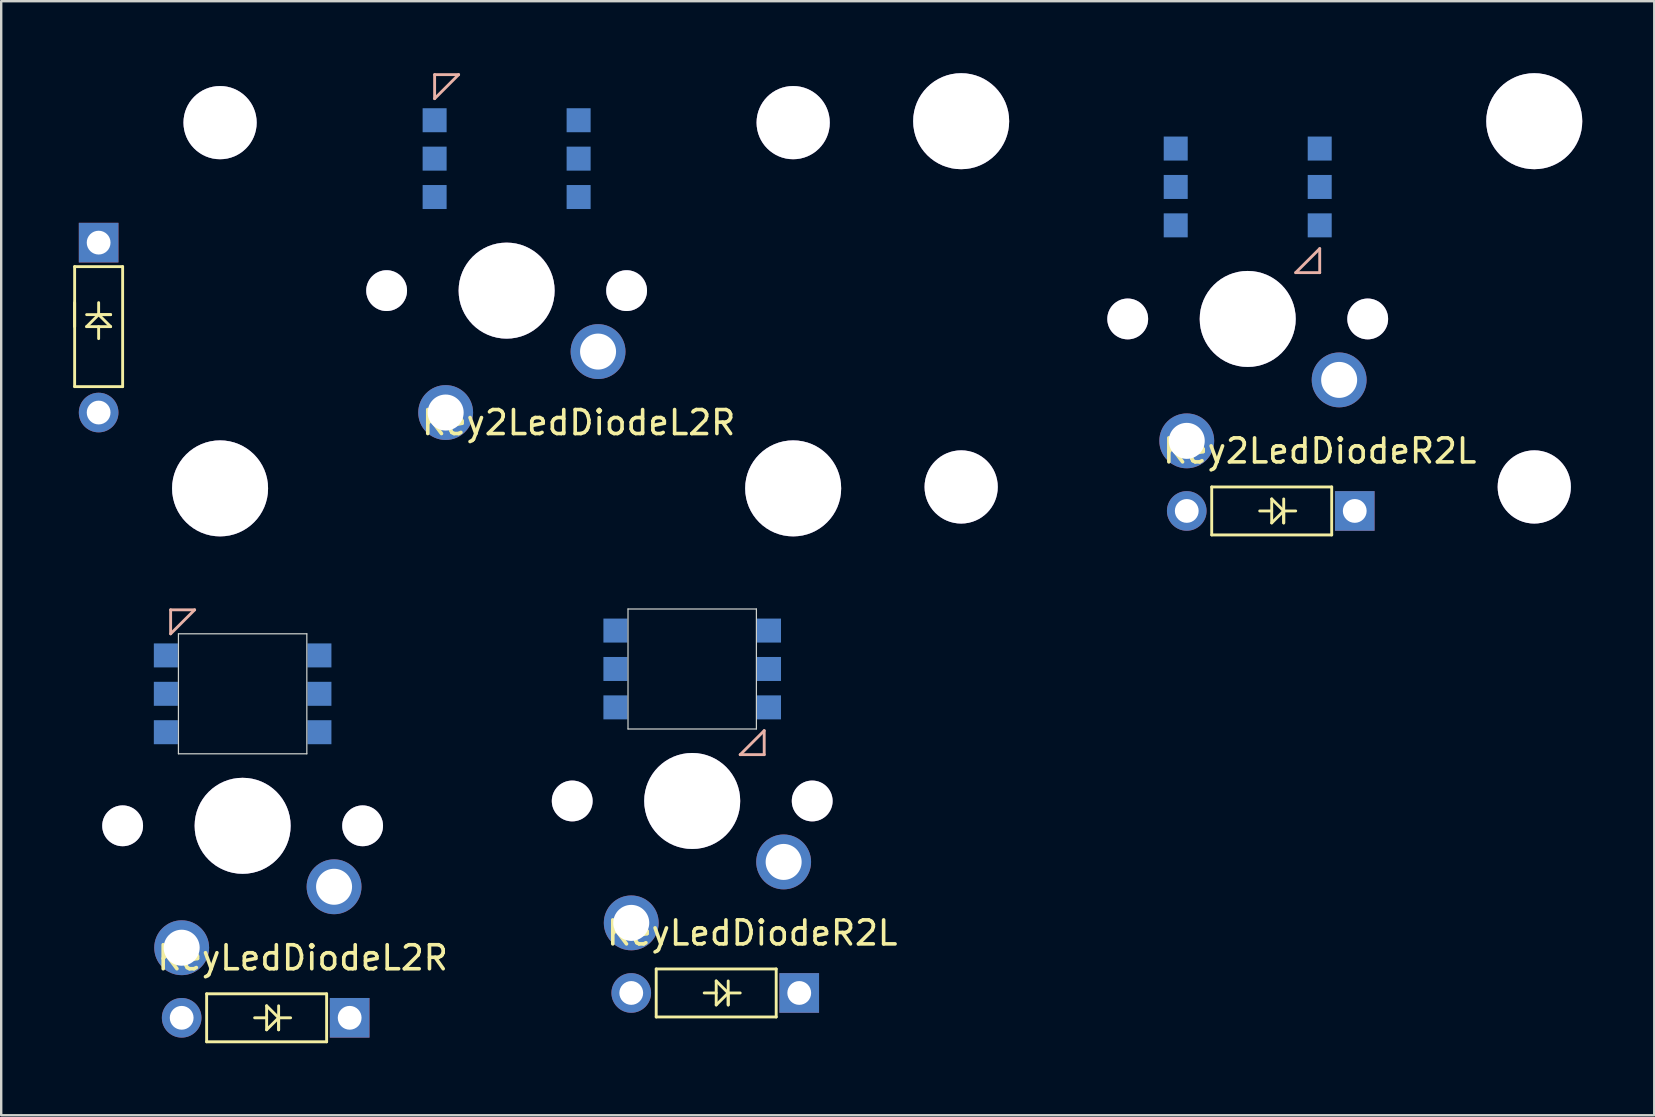
<source format=kicad_pcb>
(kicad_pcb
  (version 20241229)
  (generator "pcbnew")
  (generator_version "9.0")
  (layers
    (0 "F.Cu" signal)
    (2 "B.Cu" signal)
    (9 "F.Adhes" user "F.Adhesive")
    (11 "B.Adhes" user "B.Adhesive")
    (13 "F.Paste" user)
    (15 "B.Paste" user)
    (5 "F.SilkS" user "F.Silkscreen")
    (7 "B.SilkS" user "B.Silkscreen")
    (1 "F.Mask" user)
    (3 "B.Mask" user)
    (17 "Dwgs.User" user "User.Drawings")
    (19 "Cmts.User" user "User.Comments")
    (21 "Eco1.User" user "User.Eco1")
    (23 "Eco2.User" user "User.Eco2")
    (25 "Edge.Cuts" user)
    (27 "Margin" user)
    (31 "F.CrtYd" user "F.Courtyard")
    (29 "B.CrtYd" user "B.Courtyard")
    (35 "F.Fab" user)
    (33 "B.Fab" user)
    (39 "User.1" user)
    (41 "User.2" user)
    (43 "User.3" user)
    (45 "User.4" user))
  (footprint "KeyLedDiodeR2L"
    (layer "F.Cu")
    (at 25.793 30.325)
    (property "Reference" "KeyLedDiodeR2L" (at 2.5 5.5 0) (layer "F.SilkS") (effects (font (size 1 1) (thickness 0.15))))
    (attr through_hole)
    (fp_line (start -1.5 7) (end -1.5 9) (stroke (width 0.12) (type solid)) (layer "F.SilkS"))
    (fp_line (start -1.5 9) (end 3.5 9) (stroke (width 0.12) (type solid)) (layer "F.SilkS"))
    (fp_line (start 1 7.5) (end 1 8.5) (stroke (width 0.12) (type solid)) (layer "F.SilkS"))
    (fp_line (start 1 8) (end 0.5 8) (stroke (width 0.12) (type solid)) (layer "F.SilkS"))
    (fp_line (start 1 8.5) (end 1.5 8) (stroke (width 0.12) (type solid)) (layer "F.SilkS"))
    (fp_line (start 1.5 7.5) (end 1.5 8.5) (stroke (width 0.12) (type solid)) (layer "F.SilkS"))
    (fp_line (start 1.5 8) (end 1 7.5) (stroke (width 0.12) (type solid)) (layer "F.SilkS"))
    (fp_line (start 1.5 8) (end 2 8) (stroke (width 0.12) (type solid)) (layer "F.SilkS"))
    (fp_line (start 1.5 8.5) (end 1.5 8) (stroke (width 0.12) (type solid)) (layer "F.SilkS"))
    (fp_line (start 3.5 7) (end -1.5 7) (stroke (width 0.12) (type solid)) (layer "F.SilkS"))
    (fp_line (start 3.5 9) (end 3.5 7) (stroke (width 0.12) (type solid)) (layer "F.SilkS"))
    (fp_line (start 2 -1.93) (end 3 -1.93) (stroke (width 0.12) (type solid)) (layer "B.SilkS"))
    (fp_line (start 3 -2.93) (end 2 -1.93) (stroke (width 0.12) (type solid)) (layer "B.SilkS"))
    (fp_line (start 3 -1.93) (end 3 -2.93) (stroke (width 0.12) (type solid)) (layer "B.SilkS"))
    (fp_line (start -7 -7) (end 7 -7) (stroke (width 0.12) (type solid)) (layer "Eco1.User"))
    (fp_line (start -7 7) (end -7 -7) (stroke (width 0.12) (type solid)) (layer "Eco1.User"))
    (fp_line (start 7 -7) (end 7 7) (stroke (width 0.12) (type solid)) (layer "Eco1.User"))
    (fp_line (start 7 7) (end -7 7) (stroke (width 0.12) (type solid)) (layer "Eco1.User"))
    (fp_line (start -2.675 -8) (end 2.675 -8) (stroke (width 0.05) (type solid)) (layer "Edge.Cuts"))
    (fp_line (start -2.675 -3) (end -2.675 -8) (stroke (width 0.05) (type solid)) (layer "Edge.Cuts"))
    (fp_line (start 2.675 -8) (end 2.675 -3) (stroke (width 0.05) (type solid)) (layer "Edge.Cuts"))
    (fp_line (start 2.675 -3) (end -2.675 -3) (stroke (width 0.05) (type solid)) (layer "Edge.Cuts"))
    (pad "1" thru_hole circle (at 3.81 2.54) (size 2.286 2.286) (drill 1.5) (layers "*.Cu" "*.Mask"))
    (pad "2" thru_hole circle (at -2.54 5.08) (size 2.286 2.286) (drill 1.5) (layers "*.Cu" "*.Mask"))
    (pad "3" thru_hole circle (at -2.54 8) (size 1.651 1.651) (drill 0.991) (layers "*.Cu" "*.Mask"))
    (pad "4" thru_hole rect (at 4.46 8) (size 1.651 1.651) (drill 0.991) (layers "*.Cu" "*.Mask"))
    (pad "5" smd rect (at -3.2 -7.1) (size 1 1) (layers "B.Cu" "B.Mask" "B.Paste"))
    (pad "6" smd rect (at -3.2 -5.5) (size 1 1) (layers "B.Cu" "B.Mask" "B.Paste"))
    (pad "7" smd rect (at -3.2 -3.9) (size 1 1) (layers "B.Cu" "B.Mask" "B.Paste"))
    (pad "8" smd rect (at 3.2 -7.1) (size 1 1) (layers "B.Cu" "B.Mask" "B.Paste"))
    (pad "9" smd rect (at 3.2 -5.5) (size 1 1) (layers "B.Cu" "B.Mask" "B.Paste"))
    (pad "10" smd rect (at 3.2 -3.9) (size 1 1) (layers "B.Cu" "B.Mask" "B.Paste"))
    (pad "HOLE" thru_hole circle (at 0 0) (size 4 4) (drill 4) (layers "*.Cu" "*.Mask"))
    (pad "POST" thru_hole circle (at -5 0) (size 1.7 1.7) (drill 1.7) (layers "*.Cu" "*.Mask"))
    (pad "POST" thru_hole circle (at 5 0) (size 1.7 1.7) (drill 1.7) (layers "*.Cu" "*.Mask")))
  (footprint "KeyLedDiodeL2R"
    (layer "F.Cu")
    (at 7.06 31.36)
    (property "Reference" "KeyLedDiodeL2R" (at 2.5 5.5 0) (layer "F.SilkS") (effects (font (size 1 1) (thickness 0.15))))
    (attr through_hole)
    (fp_line (start -1.5 7) (end -1.5 9) (stroke (width 0.12) (type solid)) (layer "F.SilkS"))
    (fp_line (start -1.5 9) (end 3.5 9) (stroke (width 0.12) (type solid)) (layer "F.SilkS"))
    (fp_line (start 1 7.5) (end 1 8.5) (stroke (width 0.12) (type solid)) (layer "F.SilkS"))
    (fp_line (start 1 8) (end 0.5 8) (stroke (width 0.12) (type solid)) (layer "F.SilkS"))
    (fp_line (start 1 8.5) (end 1.5 8) (stroke (width 0.12) (type solid)) (layer "F.SilkS"))
    (fp_line (start 1.5 7.5) (end 1.5 8.5) (stroke (width 0.12) (type solid)) (layer "F.SilkS"))
    (fp_line (start 1.5 8) (end 1 7.5) (stroke (width 0.12) (type solid)) (layer "F.SilkS"))
    (fp_line (start 1.5 8) (end 2 8) (stroke (width 0.12) (type solid)) (layer "F.SilkS"))
    (fp_line (start 1.5 8.5) (end 1.5 8) (stroke (width 0.12) (type solid)) (layer "F.SilkS"))
    (fp_line (start 3.5 7) (end -1.5 7) (stroke (width 0.12) (type solid)) (layer "F.SilkS"))
    (fp_line (start 3.5 9) (end 3.5 7) (stroke (width 0.12) (type solid)) (layer "F.SilkS"))
    (fp_line (start -3 -9) (end -3 -8) (stroke (width 0.12) (type solid)) (layer "B.SilkS"))
    (fp_line (start -3 -8) (end -2 -9) (stroke (width 0.12) (type solid)) (layer "B.SilkS"))
    (fp_line (start -2 -9) (end -3 -9) (stroke (width 0.12) (type solid)) (layer "B.SilkS"))
    (fp_line (start -7 -7) (end 7 -7) (stroke (width 0.12) (type solid)) (layer "Eco1.User"))
    (fp_line (start -7 7) (end -7 -7) (stroke (width 0.12) (type solid)) (layer "Eco1.User"))
    (fp_line (start 7 -7) (end 7 7) (stroke (width 0.12) (type solid)) (layer "Eco1.User"))
    (fp_line (start 7 7) (end -7 7) (stroke (width 0.12) (type solid)) (layer "Eco1.User"))
    (fp_line (start -2.675 -8) (end 2.675 -8) (stroke (width 0.05) (type solid)) (layer "Edge.Cuts"))
    (fp_line (start -2.675 -3) (end -2.675 -8) (stroke (width 0.05) (type solid)) (layer "Edge.Cuts"))
    (fp_line (start 2.675 -8) (end 2.675 -3) (stroke (width 0.05) (type solid)) (layer "Edge.Cuts"))
    (fp_line (start 2.675 -3) (end -2.675 -3) (stroke (width 0.05) (type solid)) (layer "Edge.Cuts"))
    (pad "1" thru_hole circle (at 3.81 2.54) (size 2.286 2.286) (drill 1.5) (layers "*.Cu" "*.Mask"))
    (pad "2" thru_hole circle (at -2.54 5.08) (size 2.286 2.286) (drill 1.5) (layers "*.Cu" "*.Mask"))
    (pad "3" thru_hole circle (at -2.54 8) (size 1.651 1.651) (drill 0.991) (layers "*.Cu" "*.Mask"))
    (pad "4" thru_hole rect (at 4.46 8) (size 1.651 1.651) (drill 0.991) (layers "*.Cu" "*.Mask"))
    (pad "5" smd rect (at 3.2 -3.9) (size 1 1) (layers "B.Cu" "B.Mask" "B.Paste"))
    (pad "6" smd rect (at 3.2 -5.5) (size 1 1) (layers "B.Cu" "B.Mask" "B.Paste"))
    (pad "7" smd rect (at 3.2 -7.1) (size 1 1) (layers "B.Cu" "B.Mask" "B.Paste"))
    (pad "8" smd rect (at -3.2 -3.9) (size 1 1) (layers "B.Cu" "B.Mask" "B.Paste"))
    (pad "9" smd rect (at -3.2 -5.5) (size 1 1) (layers "B.Cu" "B.Mask" "B.Paste"))
    (pad "10" smd rect (at -3.2 -7.1) (size 1 1) (layers "B.Cu" "B.Mask" "B.Paste"))
    (pad "HOLE" thru_hole circle (at 0 0) (size 4 4) (drill 4) (layers "*.Cu" "*.Mask"))
    (pad "POST" thru_hole circle (at -5 0) (size 1.7 1.7) (drill 1.7) (layers "*.Cu" "*.Mask"))
    (pad "POST" thru_hole circle (at 5 0) (size 1.7 1.7) (drill 1.7) (layers "*.Cu" "*.Mask")))
  (footprint "Key2LedDiodeR2L"
    (layer "F.Cu")
    (at 48.94 10.24)
    (property "Reference" "Key2LedDiodeR2L" (at 3 5.5 0) (layer "F.SilkS") (effects (font (size 1 1) (thickness 0.15))))
    (attr through_hole)
    (fp_line (start -1.5 7) (end -1.5 9) (stroke (width 0.12) (type solid)) (layer "F.SilkS"))
    (fp_line (start -1.5 9) (end 3.5 9) (stroke (width 0.12) (type solid)) (layer "F.SilkS"))
    (fp_line (start 1 7.5) (end 1 8.5) (stroke (width 0.12) (type solid)) (layer "F.SilkS"))
    (fp_line (start 1 8) (end 0.5 8) (stroke (width 0.12) (type solid)) (layer "F.SilkS"))
    (fp_line (start 1 8.5) (end 1.5 8) (stroke (width 0.12) (type solid)) (layer "F.SilkS"))
    (fp_line (start 1.5 7.5) (end 1.5 8.5) (stroke (width 0.12) (type solid)) (layer "F.SilkS"))
    (fp_line (start 1.5 8) (end 1 7.5) (stroke (width 0.12) (type solid)) (layer "F.SilkS"))
    (fp_line (start 1.5 8) (end 2 8) (stroke (width 0.12) (type solid)) (layer "F.SilkS"))
    (fp_line (start 1.5 8.5) (end 1.5 8) (stroke (width 0.12) (type solid)) (layer "F.SilkS"))
    (fp_line (start 3.5 7) (end -1.5 7) (stroke (width 0.12) (type solid)) (layer "F.SilkS"))
    (fp_line (start 3.5 9) (end 3.5 7) (stroke (width 0.12) (type solid)) (layer "F.SilkS"))
    (fp_line (start 2 -1.93) (end 3 -1.93) (stroke (width 0.12) (type solid)) (layer "B.SilkS"))
    (fp_line (start 3 -2.93) (end 2 -1.93) (stroke (width 0.12) (type solid)) (layer "B.SilkS"))
    (fp_line (start 3 -1.93) (end 3 -2.93) (stroke (width 0.12) (type solid)) (layer "B.SilkS"))
    (fp_line (start -7 -7) (end 7 -7) (stroke (width 0.12) (type solid)) (layer "Eco1.User"))
    (fp_line (start -7 7) (end -7 -7) (stroke (width 0.12) (type solid)) (layer "Eco1.User"))
    (fp_line (start 7 -7) (end 7 7) (stroke (width 0.12) (type solid)) (layer "Eco1.User"))
    (fp_line (start 7 7) (end -7 7) (stroke (width 0.12) (type solid)) (layer "Eco1.User"))
    (pad "1" thru_hole circle (at 3.81 2.54) (size 2.286 2.286) (drill 1.5) (layers "*.Cu" "*.Mask"))
    (pad "2" thru_hole circle (at -2.54 5.08) (size 2.286 2.286) (drill 1.5) (layers "*.Cu" "*.Mask"))
    (pad "3" thru_hole circle (at -2.54 8) (size 1.651 1.651) (drill 0.991) (layers "*.Cu" "*.Mask"))
    (pad "4" thru_hole rect (at 4.46 8) (size 1.651 1.651) (drill 0.991) (layers "*.Cu" "*.Mask"))
    (pad "5" smd rect (at -3 -7.1) (size 1 1) (layers "B.Cu" "B.Mask" "B.Paste"))
    (pad "6" smd rect (at -3 -5.5) (size 1 1) (layers "B.Cu" "B.Mask" "B.Paste"))
    (pad "7" smd rect (at -3 -3.9) (size 1 1) (layers "B.Cu" "B.Mask" "B.Paste"))
    (pad "8" smd rect (at 3 -7.1) (size 1 1) (layers "B.Cu" "B.Mask" "B.Paste"))
    (pad "9" smd rect (at 3 -5.5) (size 1 1) (layers "B.Cu" "B.Mask" "B.Paste"))
    (pad "10" smd rect (at 3 -3.9) (size 1 1) (layers "B.Cu" "B.Mask" "B.Paste"))
    (pad "HOLE" thru_hole circle (at -11.94 -8.24) (size 4 4) (drill 4) (layers "*.Cu" "*.Mask"))
    (pad "HOLE" thru_hole circle (at -11.94 7) (size 3.05 3.05) (drill 3.05) (layers "*.Cu" "*.Mask"))
    (pad "HOLE" thru_hole circle (at 0 0) (size 4 4) (drill 4) (layers "*.Cu" "*.Mask"))
    (pad "HOLE" thru_hole circle (at 11.94 -8.24) (size 4 4) (drill 4) (layers "*.Cu" "*.Mask"))
    (pad "HOLE" thru_hole circle (at 11.94 7) (size 3.05 3.05) (drill 3.05) (layers "*.Cu" "*.Mask"))
    (pad "POST" thru_hole circle (at -5 0) (size 1.7 1.7) (drill 1.7) (layers "*.Cu" "*.Mask"))
    (pad "POST" thru_hole circle (at 5 0) (size 1.7 1.7) (drill 1.7) (layers "*.Cu" "*.Mask")))
  (footprint "Key2LedDiodeL2R"
    (layer "F.Cu")
    (at 18.06 9.06)
    (property "Reference" "Key2LedDiodeL2R" (at 3 5.5 0) (layer "F.SilkS") (effects (font (size 1 1) (thickness 0.15))))
    (attr through_hole)
    (fp_line (start -18 -1) (end -16 -1) (stroke (width 0.12) (type solid)) (layer "F.SilkS"))
    (fp_line (start -18 1.5) (end -18 0.5) (stroke (width 0.12) (type solid)) (layer "F.SilkS"))
    (fp_line (start -18 4) (end -18 -1) (stroke (width 0.12) (type solid)) (layer "F.SilkS"))
    (fp_line (start -17.5 1) (end -16.5 1) (stroke (width 0.12) (type solid)) (layer "F.SilkS"))
    (fp_line (start -17.5 1.5) (end -16.5 1.5) (stroke (width 0.12) (type solid)) (layer "F.SilkS"))
    (fp_line (start -17 0.5) (end -17 1) (stroke (width 0.12) (type solid)) (layer "F.SilkS"))
    (fp_line (start -17 1) (end -17.5 1.5) (stroke (width 0.12) (type solid)) (layer "F.SilkS"))
    (fp_line (start -17 1.5) (end -17 2) (stroke (width 0.12) (type solid)) (layer "F.SilkS"))
    (fp_line (start -16.5 1) (end -17 1) (stroke (width 0.12) (type solid)) (layer "F.SilkS"))
    (fp_line (start -16.5 1.5) (end -17 1) (stroke (width 0.12) (type solid)) (layer "F.SilkS"))
    (fp_line (start -16 -1) (end -16 4) (stroke (width 0.12) (type solid)) (layer "F.SilkS"))
    (fp_line (start -16 4) (end -18 4) (stroke (width 0.12) (type solid)) (layer "F.SilkS"))
    (fp_line (start -3 -9) (end -3 -8) (stroke (width 0.12) (type solid)) (layer "B.SilkS"))
    (fp_line (start -3 -8) (end -2 -9) (stroke (width 0.12) (type solid)) (layer "B.SilkS"))
    (fp_line (start -2 -9) (end -3 -9) (stroke (width 0.12) (type solid)) (layer "B.SilkS"))
    (fp_line (start -7 -7) (end 7 -7) (stroke (width 0.12) (type solid)) (layer "Eco1.User"))
    (fp_line (start -7 7) (end -7 -7) (stroke (width 0.12) (type solid)) (layer "Eco1.User"))
    (fp_line (start 7 -7) (end 7 7) (stroke (width 0.12) (type solid)) (layer "Eco1.User"))
    (fp_line (start 7 7) (end -7 7) (stroke (width 0.12) (type solid)) (layer "Eco1.User"))
    (pad "1" thru_hole circle (at 3.81 2.54) (size 2.286 2.286) (drill 1.5) (layers "*.Cu" "*.Mask"))
    (pad "2" thru_hole circle (at -2.54 5.08) (size 2.286 2.286) (drill 1.5) (layers "*.Cu" "*.Mask"))
    (pad "3" thru_hole circle (at -17 5.08) (size 1.651 1.651) (drill 0.991) (layers "*.Cu" "*.Mask"))
    (pad "4" thru_hole rect (at -17 -2) (size 1.651 1.651) (drill 0.991) (layers "*.Cu" "*.Mask"))
    (pad "5" smd rect (at 3 -3.9) (size 1 1) (layers "B.Cu" "B.Mask" "B.Paste"))
    (pad "6" smd rect (at 3 -5.5) (size 1 1) (layers "B.Cu" "B.Mask" "B.Paste"))
    (pad "7" smd rect (at 3 -7.1) (size 1 1) (layers "B.Cu" "B.Mask" "B.Paste"))
    (pad "8" smd rect (at -3 -3.9) (size 1 1) (layers "B.Cu" "B.Mask" "B.Paste"))
    (pad "9" smd rect (at -3 -5.5) (size 1 1) (layers "B.Cu" "B.Mask" "B.Paste"))
    (pad "10" smd rect (at -3 -7.1) (size 1 1) (layers "B.Cu" "B.Mask" "B.Paste"))
    (pad "HOLE" thru_hole circle (at -11.94 -7) (size 3.05 3.05) (drill 3.05) (layers "*.Cu" "*.Mask"))
    (pad "HOLE" thru_hole circle (at -11.94 8.24) (size 4 4) (drill 4) (layers "*.Cu" "*.Mask"))
    (pad "HOLE" thru_hole circle (at 0 0) (size 4 4) (drill 4) (layers "*.Cu" "*.Mask"))
    (pad "HOLE" thru_hole circle (at 11.94 -7) (size 3.05 3.05) (drill 3.05) (layers "*.Cu" "*.Mask"))
    (pad "HOLE" thru_hole circle (at 11.94 8.24) (size 4 4) (drill 4) (layers "*.Cu" "*.Mask"))
    (pad "POST" thru_hole circle (at -5 0) (size 1.7 1.7) (drill 1.7) (layers "*.Cu" "*.Mask"))
    (pad "POST" thru_hole circle (at 5 0) (size 1.7 1.7) (drill 1.7) (layers "*.Cu" "*.Mask")))
  (gr_rect
    (start -3 -3)
    (end 65.88 43.42)
    (stroke (width 0.1) (type default))
    (fill no)
    (layer "Edge.Cuts")))
</source>
